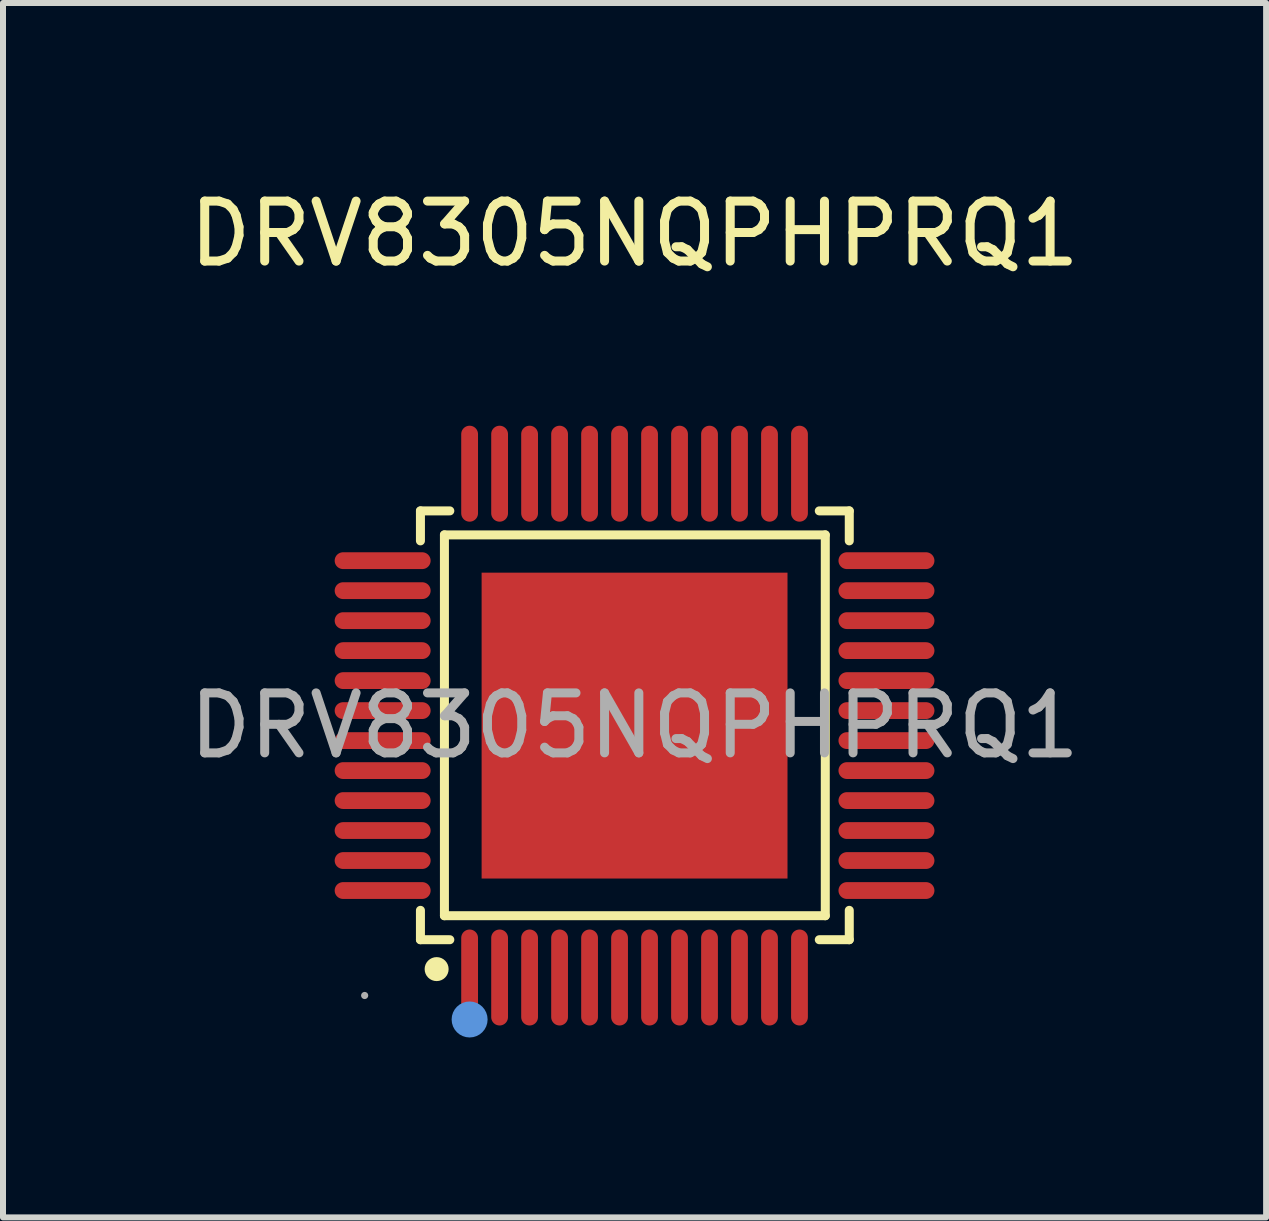
<source format=kicad_pcb>
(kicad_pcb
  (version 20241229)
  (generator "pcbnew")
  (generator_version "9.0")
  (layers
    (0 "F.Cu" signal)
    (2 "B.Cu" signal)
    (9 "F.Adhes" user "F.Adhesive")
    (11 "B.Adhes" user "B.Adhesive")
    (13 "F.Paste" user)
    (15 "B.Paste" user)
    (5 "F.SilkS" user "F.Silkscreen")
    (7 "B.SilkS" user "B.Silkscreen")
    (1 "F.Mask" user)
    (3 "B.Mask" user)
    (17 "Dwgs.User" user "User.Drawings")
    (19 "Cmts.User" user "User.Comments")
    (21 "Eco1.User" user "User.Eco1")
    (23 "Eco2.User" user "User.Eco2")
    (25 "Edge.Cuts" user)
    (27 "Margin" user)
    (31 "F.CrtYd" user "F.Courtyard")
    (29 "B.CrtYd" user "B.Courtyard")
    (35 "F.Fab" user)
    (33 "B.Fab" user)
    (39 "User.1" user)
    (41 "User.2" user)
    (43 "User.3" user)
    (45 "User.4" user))
  (footprint "DRV8305NQPHPRQ1"
    (layer "F.Cu")
    (at 7.53 9.048)
    (property "Reference" "DRV8305NQPHPRQ1" (at 0 -8.2 0) (layer "F.SilkS") (effects (font (size 1 1) (thickness 0.15))))
    (attr smd)
    (fp_line (start -3.57 -3.58) (end -3.08 -3.58) (stroke (width 0.15) (type solid)) (layer "F.SilkS"))
    (fp_line (start -3.57 -3.08) (end -3.57 -3.58) (stroke (width 0.15) (type solid)) (layer "F.SilkS"))
    (fp_line (start -3.57 3.08) (end -3.57 3.57) (stroke (width 0.15) (type solid)) (layer "F.SilkS"))
    (fp_line (start -3.57 3.57) (end -3.08 3.57) (stroke (width 0.15) (type solid)) (layer "F.SilkS"))
    (fp_line (start -3.17 -3.18) (end 3.18 -3.18) (stroke (width 0.15) (type solid)) (layer "F.SilkS"))
    (fp_line (start -3.17 3.17) (end -3.17 -3.18) (stroke (width 0.15) (type solid)) (layer "F.SilkS"))
    (fp_line (start 3.18 -3.18) (end 3.18 3.17) (stroke (width 0.15) (type solid)) (layer "F.SilkS"))
    (fp_line (start 3.18 3.17) (end -3.17 3.17) (stroke (width 0.15) (type solid)) (layer "F.SilkS"))
    (fp_line (start 3.58 -3.58) (end 3.08 -3.58) (stroke (width 0.15) (type solid)) (layer "F.SilkS"))
    (fp_line (start 3.58 -3.08) (end 3.58 -3.58) (stroke (width 0.15) (type solid)) (layer "F.SilkS"))
    (fp_line (start 3.58 3.08) (end 3.58 3.57) (stroke (width 0.15) (type solid)) (layer "F.SilkS"))
    (fp_line (start 3.58 3.57) (end 3.08 3.57) (stroke (width 0.15) (type solid)) (layer "F.SilkS"))
    (fp_circle (center -3.3 4.06) (end -3.2 4.06) (stroke (width 0.2) (type solid)) (fill no) (layer "F.SilkS"))
    (fp_circle (center -2.75 4.9) (end -2.6 4.9) (stroke (width 0.3) (type solid)) (fill no) (layer "Cmts.User"))
    (fp_circle (center -4.5 4.5) (end -4.47 4.5) (stroke (width 0.06) (type solid)) (fill no) (layer "F.Fab"))
    (fp_text user "${REFERENCE}" (at 0 0 0) (layer "F.Fab") (effects (font (size 1 1) (thickness 0.15))))
    (pad "1" smd oval (at -2.75 4.2) (size 0.28 1.6) (layers "F.Cu" "F.Mask" "F.Paste"))
    (pad "2" smd oval (at -2.25 4.2) (size 0.28 1.6) (layers "F.Cu" "F.Mask" "F.Paste"))
    (pad "3" smd oval (at -1.75 4.2) (size 0.28 1.6) (layers "F.Cu" "F.Mask" "F.Paste"))
    (pad "4" smd oval (at -1.25 4.2) (size 0.28 1.6) (layers "F.Cu" "F.Mask" "F.Paste"))
    (pad "5" smd oval (at -0.75 4.2) (size 0.28 1.6) (layers "F.Cu" "F.Mask" "F.Paste"))
    (pad "6" smd oval (at -0.25 4.2) (size 0.28 1.6) (layers "F.Cu" "F.Mask" "F.Paste"))
    (pad "7" smd oval (at 0.25 4.2) (size 0.28 1.6) (layers "F.Cu" "F.Mask" "F.Paste"))
    (pad "8" smd oval (at 0.75 4.2) (size 0.28 1.6) (layers "F.Cu" "F.Mask" "F.Paste"))
    (pad "9" smd oval (at 1.25 4.2) (size 0.28 1.6) (layers "F.Cu" "F.Mask" "F.Paste"))
    (pad "10" smd oval (at 1.75 4.2) (size 0.28 1.6) (layers "F.Cu" "F.Mask" "F.Paste"))
    (pad "11" smd oval (at 2.25 4.2) (size 0.28 1.6) (layers "F.Cu" "F.Mask" "F.Paste"))
    (pad "12" smd oval (at 2.75 4.2) (size 0.28 1.6) (layers "F.Cu" "F.Mask" "F.Paste"))
    (pad "13" smd oval (at 4.2 2.75) (size 1.6 0.28) (layers "F.Cu" "F.Mask" "F.Paste"))
    (pad "14" smd oval (at 4.2 2.25) (size 1.6 0.28) (layers "F.Cu" "F.Mask" "F.Paste"))
    (pad "15" smd oval (at 4.2 1.75) (size 1.6 0.28) (layers "F.Cu" "F.Mask" "F.Paste"))
    (pad "16" smd oval (at 4.2 1.25) (size 1.6 0.28) (layers "F.Cu" "F.Mask" "F.Paste"))
    (pad "17" smd oval (at 4.2 0.75) (size 1.6 0.28) (layers "F.Cu" "F.Mask" "F.Paste"))
    (pad "18" smd oval (at 4.2 0.25) (size 1.6 0.28) (layers "F.Cu" "F.Mask" "F.Paste"))
    (pad "19" smd oval (at 4.2 -0.25) (size 1.6 0.28) (layers "F.Cu" "F.Mask" "F.Paste"))
    (pad "20" smd oval (at 4.2 -0.75) (size 1.6 0.28) (layers "F.Cu" "F.Mask" "F.Paste"))
    (pad "21" smd oval (at 4.2 -1.25) (size 1.6 0.28) (layers "F.Cu" "F.Mask" "F.Paste"))
    (pad "22" smd oval (at 4.2 -1.75) (size 1.6 0.28) (layers "F.Cu" "F.Mask" "F.Paste"))
    (pad "23" smd oval (at 4.2 -2.25) (size 1.6 0.28) (layers "F.Cu" "F.Mask" "F.Paste"))
    (pad "24" smd oval (at 4.2 -2.75) (size 1.6 0.28) (layers "F.Cu" "F.Mask" "F.Paste"))
    (pad "25" smd oval (at 2.75 -4.2) (size 0.28 1.6) (layers "F.Cu" "F.Mask" "F.Paste"))
    (pad "26" smd oval (at 2.25 -4.2) (size 0.28 1.6) (layers "F.Cu" "F.Mask" "F.Paste"))
    (pad "27" smd oval (at 1.75 -4.2) (size 0.28 1.6) (layers "F.Cu" "F.Mask" "F.Paste"))
    (pad "28" smd oval (at 1.25 -4.2) (size 0.28 1.6) (layers "F.Cu" "F.Mask" "F.Paste"))
    (pad "29" smd oval (at 0.75 -4.2) (size 0.28 1.6) (layers "F.Cu" "F.Mask" "F.Paste"))
    (pad "30" smd oval (at 0.25 -4.2) (size 0.28 1.6) (layers "F.Cu" "F.Mask" "F.Paste"))
    (pad "31" smd oval (at -0.25 -4.2) (size 0.28 1.6) (layers "F.Cu" "F.Mask" "F.Paste"))
    (pad "32" smd oval (at -0.75 -4.2) (size 0.28 1.6) (layers "F.Cu" "F.Mask" "F.Paste"))
    (pad "33" smd oval (at -1.25 -4.2) (size 0.28 1.6) (layers "F.Cu" "F.Mask" "F.Paste"))
    (pad "34" smd oval (at -1.75 -4.2) (size 0.28 1.6) (layers "F.Cu" "F.Mask" "F.Paste"))
    (pad "35" smd oval (at -2.25 -4.2) (size 0.28 1.6) (layers "F.Cu" "F.Mask" "F.Paste"))
    (pad "36" smd oval (at -2.75 -4.2) (size 0.28 1.6) (layers "F.Cu" "F.Mask" "F.Paste"))
    (pad "37" smd oval (at -4.2 -2.75) (size 1.6 0.28) (layers "F.Cu" "F.Mask" "F.Paste"))
    (pad "38" smd oval (at -4.2 -2.25) (size 1.6 0.28) (layers "F.Cu" "F.Mask" "F.Paste"))
    (pad "39" smd oval (at -4.2 -1.75) (size 1.6 0.28) (layers "F.Cu" "F.Mask" "F.Paste"))
    (pad "40" smd oval (at -4.2 -1.25) (size 1.6 0.28) (layers "F.Cu" "F.Mask" "F.Paste"))
    (pad "41" smd oval (at -4.2 -0.75) (size 1.6 0.28) (layers "F.Cu" "F.Mask" "F.Paste"))
    (pad "42" smd oval (at -4.2 -0.25) (size 1.6 0.28) (layers "F.Cu" "F.Mask" "F.Paste"))
    (pad "43" smd oval (at -4.2 0.25) (size 1.6 0.28) (layers "F.Cu" "F.Mask" "F.Paste"))
    (pad "44" smd oval (at -4.2 0.75) (size 1.6 0.28) (layers "F.Cu" "F.Mask" "F.Paste"))
    (pad "45" smd oval (at -4.2 1.25) (size 1.6 0.28) (layers "F.Cu" "F.Mask" "F.Paste"))
    (pad "46" smd oval (at -4.2 1.75) (size 1.6 0.28) (layers "F.Cu" "F.Mask" "F.Paste"))
    (pad "47" smd oval (at -4.2 2.25) (size 1.6 0.28) (layers "F.Cu" "F.Mask" "F.Paste"))
    (pad "48" smd oval (at -4.2 2.75) (size 1.6 0.28) (layers "F.Cu" "F.Mask" "F.Paste"))
    (pad "49" smd rect (at 0 0) (size 5.1 5.1) (layers "F.Cu" "F.Mask" "F.Paste")))
  (gr_rect
    (start -3 -3)
    (end 18.06 17.248)
    (stroke (width 0.1) (type default))
    (fill no)
    (layer "Edge.Cuts")))
</source>
